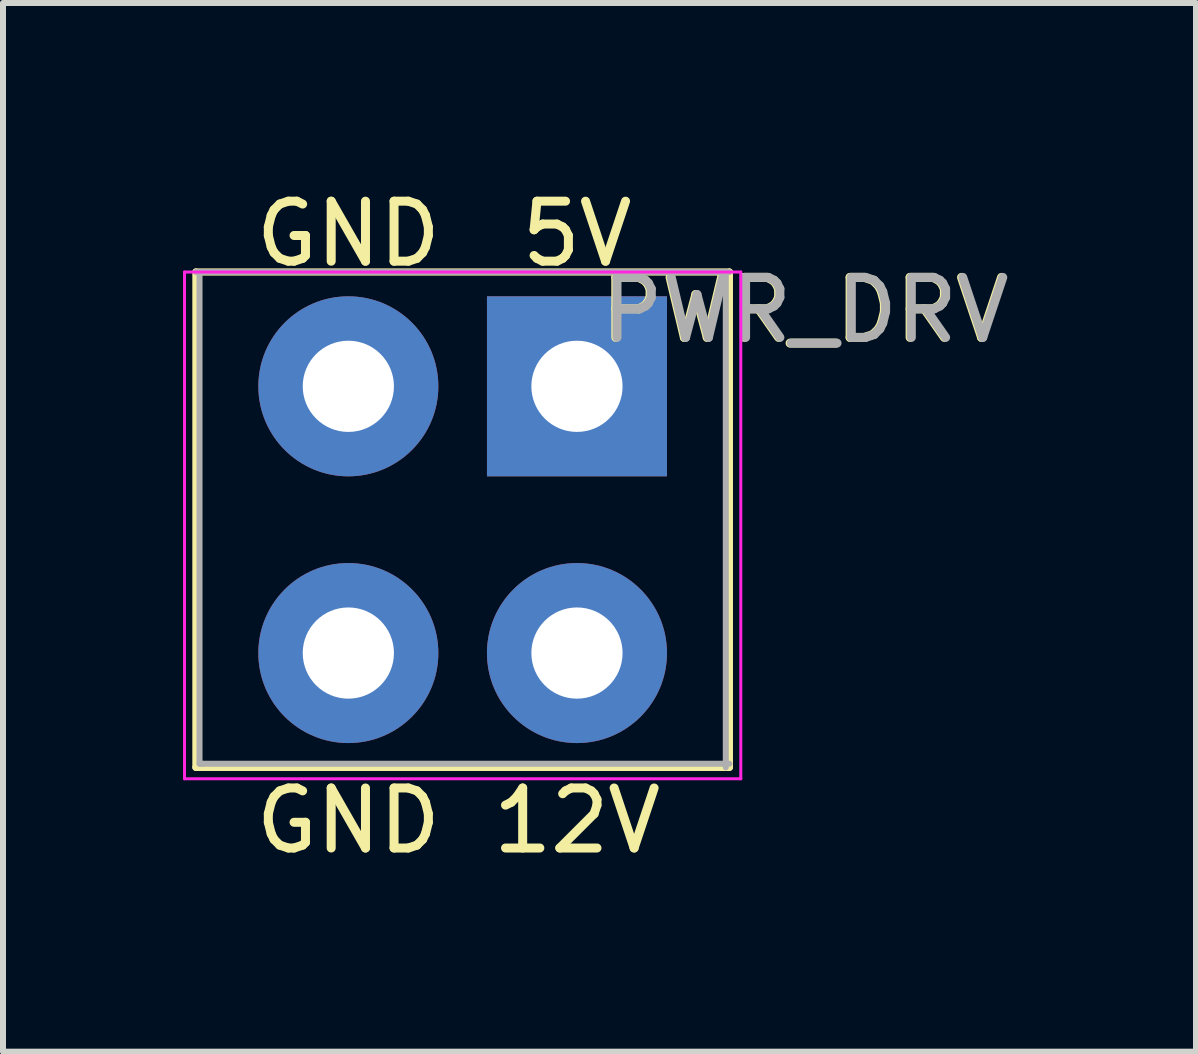
<source format=kicad_pcb>
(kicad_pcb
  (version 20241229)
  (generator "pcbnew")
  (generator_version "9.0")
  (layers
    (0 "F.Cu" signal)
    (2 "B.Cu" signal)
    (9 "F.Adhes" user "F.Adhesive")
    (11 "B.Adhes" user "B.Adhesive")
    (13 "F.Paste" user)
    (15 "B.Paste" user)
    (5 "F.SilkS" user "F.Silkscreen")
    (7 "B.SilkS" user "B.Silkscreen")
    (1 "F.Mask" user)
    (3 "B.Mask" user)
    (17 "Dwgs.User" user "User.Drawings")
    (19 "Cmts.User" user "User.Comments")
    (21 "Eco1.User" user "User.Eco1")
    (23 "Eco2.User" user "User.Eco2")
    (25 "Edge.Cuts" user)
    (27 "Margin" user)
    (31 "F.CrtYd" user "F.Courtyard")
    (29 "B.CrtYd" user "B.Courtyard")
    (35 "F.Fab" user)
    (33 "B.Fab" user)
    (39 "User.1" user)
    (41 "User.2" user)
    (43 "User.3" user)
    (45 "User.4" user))
  (footprint "PWR_DRV"
    (layer "F.Cu")
    (at 2.755 6.563)
    (property "Reference" "PWR_DRV" (at 7.6 -4.445 0) (layer "F.SilkS") (effects (font (size 1 1) (thickness 0.15))))
    (attr through_hole)
    (fp_line (start -2.54 -5.08) (end -2.54 3.175) (stroke (width 0.12) (type solid)) (layer "F.SilkS"))
    (fp_line (start -2.54 -5.08) (end 6.35 -5.08) (stroke (width 0.12) (type solid)) (layer "F.SilkS"))
    (fp_line (start -2.54 3.175) (end 6.35 3.175) (stroke (width 0.12) (type solid)) (layer "F.SilkS"))
    (fp_line (start 6.35 3.175) (end 6.35 -5.08) (stroke (width 0.12) (type solid)) (layer "F.SilkS"))
    (fp_line (start -2.73 -5.08) (end -2.73 3.365) (stroke (width 0.05) (type solid)) (layer "F.CrtYd"))
    (fp_line (start -2.73 -5.08) (end 6.54 -5.08) (stroke (width 0.05) (type solid)) (layer "F.CrtYd"))
    (fp_line (start 6.54 3.365) (end -2.73 3.365) (stroke (width 0.05) (type solid)) (layer "F.CrtYd"))
    (fp_line (start 6.54 3.365) (end 6.54 -5.08) (stroke (width 0.05) (type solid)) (layer "F.CrtYd"))
    (fp_line (start -2.54 -5.08) (end 6.35 -5.08) (stroke (width 0.1) (type solid)) (layer "F.Fab"))
    (fp_line (start -2.48 3.115) (end -2.48 -5.08) (stroke (width 0.1) (type solid)) (layer "F.Fab"))
    (fp_line (start -2.43 3.115) (end -2.48 3.115) (stroke (width 0.1) (type solid)) (layer "F.Fab"))
    (fp_line (start 6.29 -5.08) (end 6.29 3.175) (stroke (width 0.1) (type solid)) (layer "F.Fab"))
    (fp_line (start 6.35 3.115) (end -2.43 3.115) (stroke (width 0.1) (type solid)) (layer "F.Fab"))
    (fp_text user "GND" (at 0 4.064 0) (layer "F.SilkS") (effects (font (size 1 1) (thickness 0.15))))
    (fp_text user "5V" (at 3.81 -5.715 0) (layer "F.SilkS") (effects (font (size 1 1) (thickness 0.15))))
    (fp_text user "GND" (at 0 -5.715 0) (layer "F.SilkS") (effects (font (size 1 1) (thickness 0.15))))
    (fp_text user "12V" (at 3.81 4.064 0) (layer "F.SilkS") (effects (font (size 1 1) (thickness 0.15))))
    (fp_text user "${REFERENCE}" (at 7.62 -4.445 0) (layer "F.Fab") (effects (font (size 1 1) (thickness 0.15))))
    (pad "1" thru_hole rect (at 3.81 -3.175) (size 3 3) (drill 1.52) (layers "*.Cu" "*.Mask"))
    (pad "2" thru_hole circle (at 0 -3.175) (size 3 3) (drill 1.52) (layers "*.Cu" "*.Mask"))
    (pad "3" thru_hole circle (at 0 1.27) (size 3 3) (drill 1.52) (layers "*.Cu" "*.Mask"))
    (pad "4" thru_hole circle (at 3.81 1.27) (size 3 3) (drill 1.52) (layers "*.Cu" "*.Mask")))
  (gr_rect
    (start -3 -3)
    (end 16.881 14.476)
    (stroke (width 0.1) (type default))
    (fill no)
    (layer "Edge.Cuts")))
</source>
